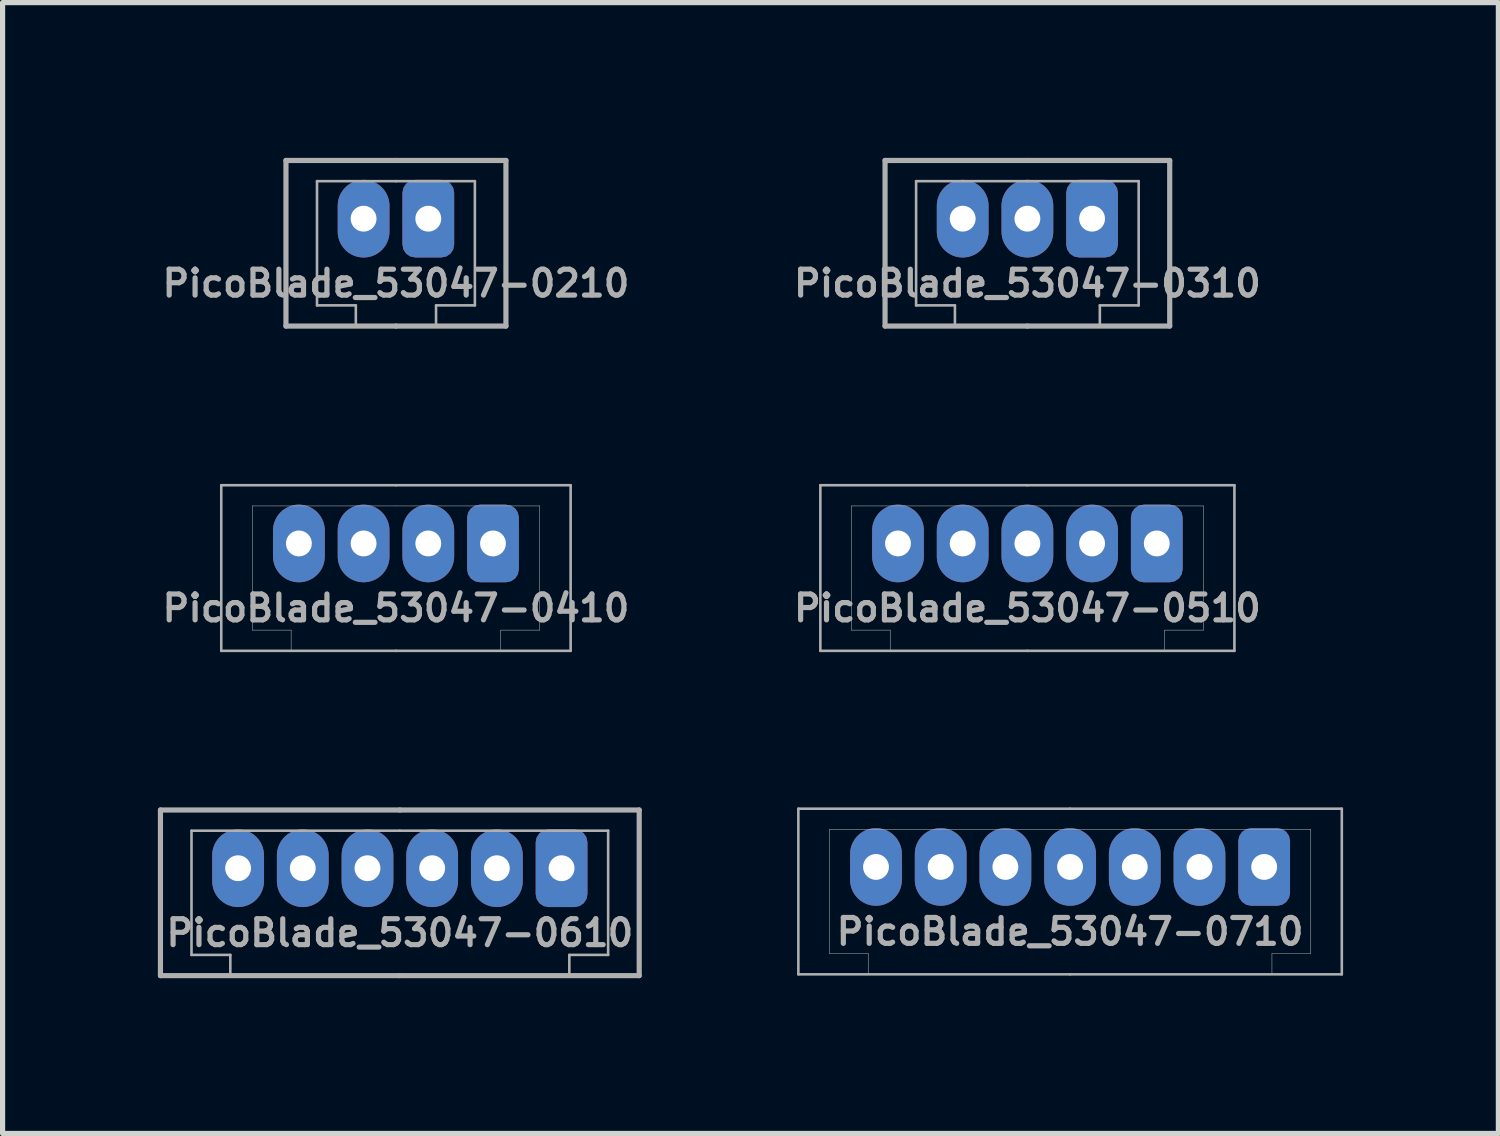
<source format=kicad_pcb>
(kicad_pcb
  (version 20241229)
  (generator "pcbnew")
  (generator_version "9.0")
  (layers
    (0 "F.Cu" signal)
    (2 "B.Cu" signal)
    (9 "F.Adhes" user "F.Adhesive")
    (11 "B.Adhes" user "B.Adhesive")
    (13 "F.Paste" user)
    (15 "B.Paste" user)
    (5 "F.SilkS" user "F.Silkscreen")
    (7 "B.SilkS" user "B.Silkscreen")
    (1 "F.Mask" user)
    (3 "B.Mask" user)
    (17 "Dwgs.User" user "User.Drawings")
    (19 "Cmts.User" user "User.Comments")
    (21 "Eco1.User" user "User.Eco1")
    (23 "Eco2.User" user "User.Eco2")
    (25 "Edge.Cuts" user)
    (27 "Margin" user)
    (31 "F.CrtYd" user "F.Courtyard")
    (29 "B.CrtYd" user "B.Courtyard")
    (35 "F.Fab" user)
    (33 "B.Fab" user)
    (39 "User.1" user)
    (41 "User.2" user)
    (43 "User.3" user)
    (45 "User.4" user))
  (footprint "PicoBlade_53047-0510"
    (layer "F.Cu")
    (at 16.8 7.45)
    (property "Reference" "PicoBlade_53047-0510" (at 0 1.25 0) (layer "F.Fab") (effects (font (size 0.5 0.5) (thickness 0.1))))
    (attr through_hole)
    (fp_line (start -4 -1.125) (end 0 -1.125) (stroke (width 0.05) (type solid)) (layer "F.Fab"))
    (fp_line (start -4 2.075) (end -4 -1.125) (stroke (width 0.05) (type solid)) (layer "F.Fab"))
    (fp_line (start -3.4 1.675) (end -3.4 -0.725) (stroke (width 0.01) (type solid)) (layer "F.Fab"))
    (fp_line (start -3.4 1.675) (end -2.65 1.675) (stroke (width 0.01) (type solid)) (layer "F.Fab"))
    (fp_line (start -2.65 2.075) (end -2.65 1.675) (stroke (width 0.01) (type solid)) (layer "F.Fab"))
    (fp_line (start 0 -1.125) (end 4 -1.125) (stroke (width 0.05) (type solid)) (layer "F.Fab"))
    (fp_line (start 0 -0.725) (end -3.4 -0.725) (stroke (width 0.01) (type solid)) (layer "F.Fab"))
    (fp_line (start 0 2.075) (end -4 2.075) (stroke (width 0.05) (type solid)) (layer "F.Fab"))
    (fp_line (start 2.65 1.675) (end 3.4 1.675) (stroke (width 0.01) (type solid)) (layer "F.Fab"))
    (fp_line (start 2.65 2.075) (end 2.65 1.675) (stroke (width 0.01) (type solid)) (layer "F.Fab"))
    (fp_line (start 3.4 -0.725) (end 0 -0.725) (stroke (width 0.01) (type solid)) (layer "F.Fab"))
    (fp_line (start 3.4 1.675) (end 3.4 -0.725) (stroke (width 0.01) (type solid)) (layer "F.Fab"))
    (fp_line (start 4 -1.125) (end 4 2.075) (stroke (width 0.05) (type solid)) (layer "F.Fab"))
    (fp_line (start 4 2.075) (end 0 2.075) (stroke (width 0.05) (type solid)) (layer "F.Fab"))
    (pad "1" thru_hole roundrect (at 2.5 0) (size 1 1.5) (drill 0.5) (layers "*.Cu" "*.Mask") (roundrect_rratio 0.25))
    (pad "2" thru_hole oval (at 1.25 0) (size 1 1.5) (drill 0.5) (layers "*.Cu" "*.Mask"))
    (pad "3" thru_hole oval (at 0 0) (size 1 1.5) (drill 0.5) (layers "*.Cu" "*.Mask"))
    (pad "4" thru_hole oval (at -1.25 0) (size 1 1.5) (drill 0.5) (layers "*.Cu" "*.Mask"))
    (pad "5" thru_hole oval (at -2.5 0) (size 1 1.5) (drill 0.5) (layers "*.Cu" "*.Mask")))
  (footprint "PicoBlade_53047-0210"
    (layer "F.Cu")
    (at 4.6 1.175)
    (property "Reference" "PicoBlade_53047-0210" (at 0 1.25 0) (layer "F.Fab") (effects (font (size 0.5 0.5) (thickness 0.1))))
    (attr through_hole)
    (fp_line (start -2.125 -1.125) (end 0 -1.125) (stroke (width 0.1) (type solid)) (layer "F.Fab"))
    (fp_line (start -2.125 2.075) (end -2.125 -1.125) (stroke (width 0.1) (type solid)) (layer "F.Fab"))
    (fp_line (start -1.525 1.675) (end -1.525 -0.725) (stroke (width 0.05) (type solid)) (layer "F.Fab"))
    (fp_line (start -1.525 1.675) (end -0.775 1.675) (stroke (width 0.05) (type solid)) (layer "F.Fab"))
    (fp_line (start -0.775 2.075) (end -0.775 1.675) (stroke (width 0.05) (type solid)) (layer "F.Fab"))
    (fp_line (start 0 -1.125) (end 2.125 -1.125) (stroke (width 0.1) (type solid)) (layer "F.Fab"))
    (fp_line (start 0 -0.725) (end -1.525 -0.725) (stroke (width 0.05) (type solid)) (layer "F.Fab"))
    (fp_line (start 0 2.075) (end -2.125 2.075) (stroke (width 0.1) (type solid)) (layer "F.Fab"))
    (fp_line (start 0.775 1.675) (end 1.525 1.675) (stroke (width 0.05) (type solid)) (layer "F.Fab"))
    (fp_line (start 0.775 2.075) (end 0.775 1.675) (stroke (width 0.05) (type solid)) (layer "F.Fab"))
    (fp_line (start 1.525 -0.725) (end 0 -0.725) (stroke (width 0.05) (type solid)) (layer "F.Fab"))
    (fp_line (start 1.525 1.675) (end 1.525 -0.725) (stroke (width 0.05) (type solid)) (layer "F.Fab"))
    (fp_line (start 2.125 -1.125) (end 2.125 2.075) (stroke (width 0.1) (type solid)) (layer "F.Fab"))
    (fp_line (start 2.125 2.075) (end 0 2.075) (stroke (width 0.1) (type solid)) (layer "F.Fab"))
    (pad "1" thru_hole roundrect (at 0.625 0) (size 1 1.5) (drill 0.5) (layers "*.Cu" "*.Mask") (roundrect_rratio 0.25))
    (pad "2" thru_hole oval (at -0.625 0) (size 1 1.5) (drill 0.5) (layers "*.Cu" "*.Mask")))
  (footprint "PicoBlade_53047-0610"
    (layer "F.Cu")
    (at 4.675 13.725)
    (property "Reference" "PicoBlade_53047-0610" (at 0 1.25 0) (layer "F.Fab") (effects (font (size 0.5 0.5) (thickness 0.1))))
    (attr through_hole)
    (fp_line (start -4.625 -1.125) (end 0 -1.125) (stroke (width 0.1) (type solid)) (layer "F.Fab"))
    (fp_line (start -4.625 2.075) (end -4.625 -1.125) (stroke (width 0.1) (type solid)) (layer "F.Fab"))
    (fp_line (start -4.025 1.675) (end -4.025 -0.725) (stroke (width 0.05) (type solid)) (layer "F.Fab"))
    (fp_line (start -4.025 1.675) (end -3.275 1.675) (stroke (width 0.05) (type solid)) (layer "F.Fab"))
    (fp_line (start -3.275 2.075) (end -3.275 1.675) (stroke (width 0.05) (type solid)) (layer "F.Fab"))
    (fp_line (start 0 -1.125) (end 4.625 -1.125) (stroke (width 0.1) (type solid)) (layer "F.Fab"))
    (fp_line (start 0 -0.725) (end -4.025 -0.725) (stroke (width 0.05) (type solid)) (layer "F.Fab"))
    (fp_line (start 0 2.075) (end -4.625 2.075) (stroke (width 0.1) (type solid)) (layer "F.Fab"))
    (fp_line (start 3.275 1.675) (end 4.025 1.675) (stroke (width 0.05) (type solid)) (layer "F.Fab"))
    (fp_line (start 3.275 2.075) (end 3.275 1.675) (stroke (width 0.05) (type solid)) (layer "F.Fab"))
    (fp_line (start 4.025 -0.725) (end 0 -0.725) (stroke (width 0.05) (type solid)) (layer "F.Fab"))
    (fp_line (start 4.025 1.675) (end 4.025 -0.725) (stroke (width 0.05) (type solid)) (layer "F.Fab"))
    (fp_line (start 4.625 -1.125) (end 4.625 2.075) (stroke (width 0.1) (type solid)) (layer "F.Fab"))
    (fp_line (start 4.625 2.075) (end 0 2.075) (stroke (width 0.1) (type solid)) (layer "F.Fab"))
    (pad "1" thru_hole roundrect (at 3.125 0) (size 1 1.5) (drill 0.5) (layers "*.Cu" "*.Mask") (roundrect_rratio 0.25))
    (pad "2" thru_hole oval (at 1.875 0) (size 1 1.5) (drill 0.5) (layers "*.Cu" "*.Mask"))
    (pad "3" thru_hole oval (at 0.625 0) (size 1 1.5) (drill 0.5) (layers "*.Cu" "*.Mask"))
    (pad "4" thru_hole oval (at -0.625 0) (size 1 1.5) (drill 0.5) (layers "*.Cu" "*.Mask"))
    (pad "5" thru_hole oval (at -1.875 0) (size 1 1.5) (drill 0.5) (layers "*.Cu" "*.Mask"))
    (pad "6" thru_hole oval (at -3.125 0) (size 1 1.5) (drill 0.5) (layers "*.Cu" "*.Mask")))
  (footprint "PicoBlade_53047-0410"
    (layer "F.Cu")
    (at 4.6 7.45)
    (property "Reference" "PicoBlade_53047-0410" (at 0 1.25 0) (layer "F.Fab") (effects (font (size 0.5 0.5) (thickness 0.1))))
    (attr through_hole)
    (fp_line (start -3.375 -1.125) (end 0 -1.125) (stroke (width 0.05) (type solid)) (layer "F.Fab"))
    (fp_line (start -3.375 2.075) (end -3.375 -1.125) (stroke (width 0.05) (type solid)) (layer "F.Fab"))
    (fp_line (start -2.775 1.675) (end -2.775 -0.725) (stroke (width 0.01) (type solid)) (layer "F.Fab"))
    (fp_line (start -2.775 1.675) (end -2.025 1.675) (stroke (width 0.01) (type solid)) (layer "F.Fab"))
    (fp_line (start -2.025 2.075) (end -2.025 1.675) (stroke (width 0.01) (type solid)) (layer "F.Fab"))
    (fp_line (start 0 -1.125) (end 3.375 -1.125) (stroke (width 0.05) (type solid)) (layer "F.Fab"))
    (fp_line (start 0 -0.725) (end -2.775 -0.725) (stroke (width 0.01) (type solid)) (layer "F.Fab"))
    (fp_line (start 0 2.075) (end -3.375 2.075) (stroke (width 0.05) (type solid)) (layer "F.Fab"))
    (fp_line (start 2.025 1.675) (end 2.775 1.675) (stroke (width 0.01) (type solid)) (layer "F.Fab"))
    (fp_line (start 2.025 2.075) (end 2.025 1.675) (stroke (width 0.01) (type solid)) (layer "F.Fab"))
    (fp_line (start 2.775 -0.725) (end 0 -0.725) (stroke (width 0.01) (type solid)) (layer "F.Fab"))
    (fp_line (start 2.775 1.675) (end 2.775 -0.725) (stroke (width 0.01) (type solid)) (layer "F.Fab"))
    (fp_line (start 3.375 -1.125) (end 3.375 2.075) (stroke (width 0.05) (type solid)) (layer "F.Fab"))
    (fp_line (start 3.375 2.075) (end 0 2.075) (stroke (width 0.05) (type solid)) (layer "F.Fab"))
    (pad "1" thru_hole roundrect (at 1.875 0) (size 1 1.5) (drill 0.5) (layers "*.Cu" "*.Mask") (roundrect_rratio 0.25))
    (pad "2" thru_hole oval (at 0.625 0) (size 1 1.5) (drill 0.5) (layers "*.Cu" "*.Mask"))
    (pad "3" thru_hole oval (at -0.625 0) (size 1 1.5) (drill 0.5) (layers "*.Cu" "*.Mask"))
    (pad "4" thru_hole oval (at -1.875 0) (size 1 1.5) (drill 0.5) (layers "*.Cu" "*.Mask")))
  (footprint "PicoBlade_53047-0710"
    (layer "F.Cu")
    (at 17.625 13.7)
    (property "Reference" "PicoBlade_53047-0710" (at 0 1.25 0) (layer "F.Fab") (effects (font (size 0.5 0.5) (thickness 0.1))))
    (attr through_hole)
    (fp_line (start -5.25 -1.125) (end 0 -1.125) (stroke (width 0.05) (type solid)) (layer "F.Fab"))
    (fp_line (start -5.25 2.075) (end -5.25 -1.125) (stroke (width 0.05) (type solid)) (layer "F.Fab"))
    (fp_line (start -4.65 1.675) (end -4.65 -0.725) (stroke (width 0.01) (type solid)) (layer "F.Fab"))
    (fp_line (start -4.65 1.675) (end -3.9 1.675) (stroke (width 0.01) (type solid)) (layer "F.Fab"))
    (fp_line (start -3.9 2.075) (end -3.9 1.675) (stroke (width 0.01) (type solid)) (layer "F.Fab"))
    (fp_line (start 0 -1.125) (end 5.25 -1.125) (stroke (width 0.05) (type solid)) (layer "F.Fab"))
    (fp_line (start 0 -0.725) (end -4.65 -0.725) (stroke (width 0.01) (type solid)) (layer "F.Fab"))
    (fp_line (start 0 2.075) (end -5.25 2.075) (stroke (width 0.05) (type solid)) (layer "F.Fab"))
    (fp_line (start 3.9 1.675) (end 4.65 1.675) (stroke (width 0.01) (type solid)) (layer "F.Fab"))
    (fp_line (start 3.9 2.075) (end 3.9 1.675) (stroke (width 0.01) (type solid)) (layer "F.Fab"))
    (fp_line (start 4.65 -0.725) (end 0 -0.725) (stroke (width 0.01) (type solid)) (layer "F.Fab"))
    (fp_line (start 4.65 1.675) (end 4.65 -0.725) (stroke (width 0.01) (type solid)) (layer "F.Fab"))
    (fp_line (start 5.25 -1.125) (end 5.25 2.075) (stroke (width 0.05) (type solid)) (layer "F.Fab"))
    (fp_line (start 5.25 2.075) (end 0 2.075) (stroke (width 0.05) (type solid)) (layer "F.Fab"))
    (pad "1" thru_hole roundrect (at 3.75 0) (size 1 1.5) (drill 0.5) (layers "*.Cu" "*.Mask") (roundrect_rratio 0.25))
    (pad "2" thru_hole oval (at 2.5 0) (size 1 1.5) (drill 0.5) (layers "*.Cu" "*.Mask"))
    (pad "3" thru_hole oval (at 1.25 0) (size 1 1.5) (drill 0.5) (layers "*.Cu" "*.Mask"))
    (pad "4" thru_hole oval (at 0 0) (size 1 1.5) (drill 0.5) (layers "*.Cu" "*.Mask"))
    (pad "5" thru_hole oval (at -1.25 0) (size 1 1.5) (drill 0.5) (layers "*.Cu" "*.Mask"))
    (pad "6" thru_hole oval (at -2.5 0) (size 1 1.5) (drill 0.5) (layers "*.Cu" "*.Mask"))
    (pad "7" thru_hole oval (at -3.75 0) (size 1 1.5) (drill 0.5) (layers "*.Cu" "*.Mask")))
  (footprint "PicoBlade_53047-0310"
    (layer "F.Cu")
    (at 16.8 1.175)
    (property "Reference" "PicoBlade_53047-0310" (at 0 1.25 0) (layer "F.Fab") (effects (font (size 0.5 0.5) (thickness 0.1))))
    (attr through_hole)
    (fp_line (start -2.75 -1.125) (end 0 -1.125) (stroke (width 0.1) (type solid)) (layer "F.Fab"))
    (fp_line (start -2.75 2.075) (end -2.75 -1.125) (stroke (width 0.1) (type solid)) (layer "F.Fab"))
    (fp_line (start -2.15 1.675) (end -2.15 -0.725) (stroke (width 0.05) (type solid)) (layer "F.Fab"))
    (fp_line (start -2.15 1.675) (end -1.4 1.675) (stroke (width 0.05) (type solid)) (layer "F.Fab"))
    (fp_line (start -1.4 2.075) (end -1.4 1.675) (stroke (width 0.05) (type solid)) (layer "F.Fab"))
    (fp_line (start 0 -1.125) (end 2.75 -1.125) (stroke (width 0.1) (type solid)) (layer "F.Fab"))
    (fp_line (start 0 -0.725) (end -2.15 -0.725) (stroke (width 0.05) (type solid)) (layer "F.Fab"))
    (fp_line (start 0 2.075) (end -2.75 2.075) (stroke (width 0.1) (type solid)) (layer "F.Fab"))
    (fp_line (start 1.4 1.675) (end 2.15 1.675) (stroke (width 0.05) (type solid)) (layer "F.Fab"))
    (fp_line (start 1.4 2.075) (end 1.4 1.675) (stroke (width 0.05) (type solid)) (layer "F.Fab"))
    (fp_line (start 2.15 -0.725) (end 0 -0.725) (stroke (width 0.05) (type solid)) (layer "F.Fab"))
    (fp_line (start 2.15 1.675) (end 2.15 -0.725) (stroke (width 0.05) (type solid)) (layer "F.Fab"))
    (fp_line (start 2.75 -1.125) (end 2.75 2.075) (stroke (width 0.1) (type solid)) (layer "F.Fab"))
    (fp_line (start 2.75 2.075) (end 0 2.075) (stroke (width 0.1) (type solid)) (layer "F.Fab"))
    (pad "1" thru_hole roundrect (at 1.25 0) (size 1 1.5) (drill 0.5) (layers "*.Cu" "*.Mask") (roundrect_rratio 0.25))
    (pad "2" thru_hole oval (at 0 0) (size 1 1.5) (drill 0.5) (layers "*.Cu" "*.Mask"))
    (pad "3" thru_hole oval (at -1.25 0) (size 1 1.5) (drill 0.5) (layers "*.Cu" "*.Mask")))
  (gr_rect
    (start -3 -3)
    (end 25.9 18.85)
    (stroke (width 0.1) (type default))
    (fill no)
    (layer "Edge.Cuts")))
</source>
